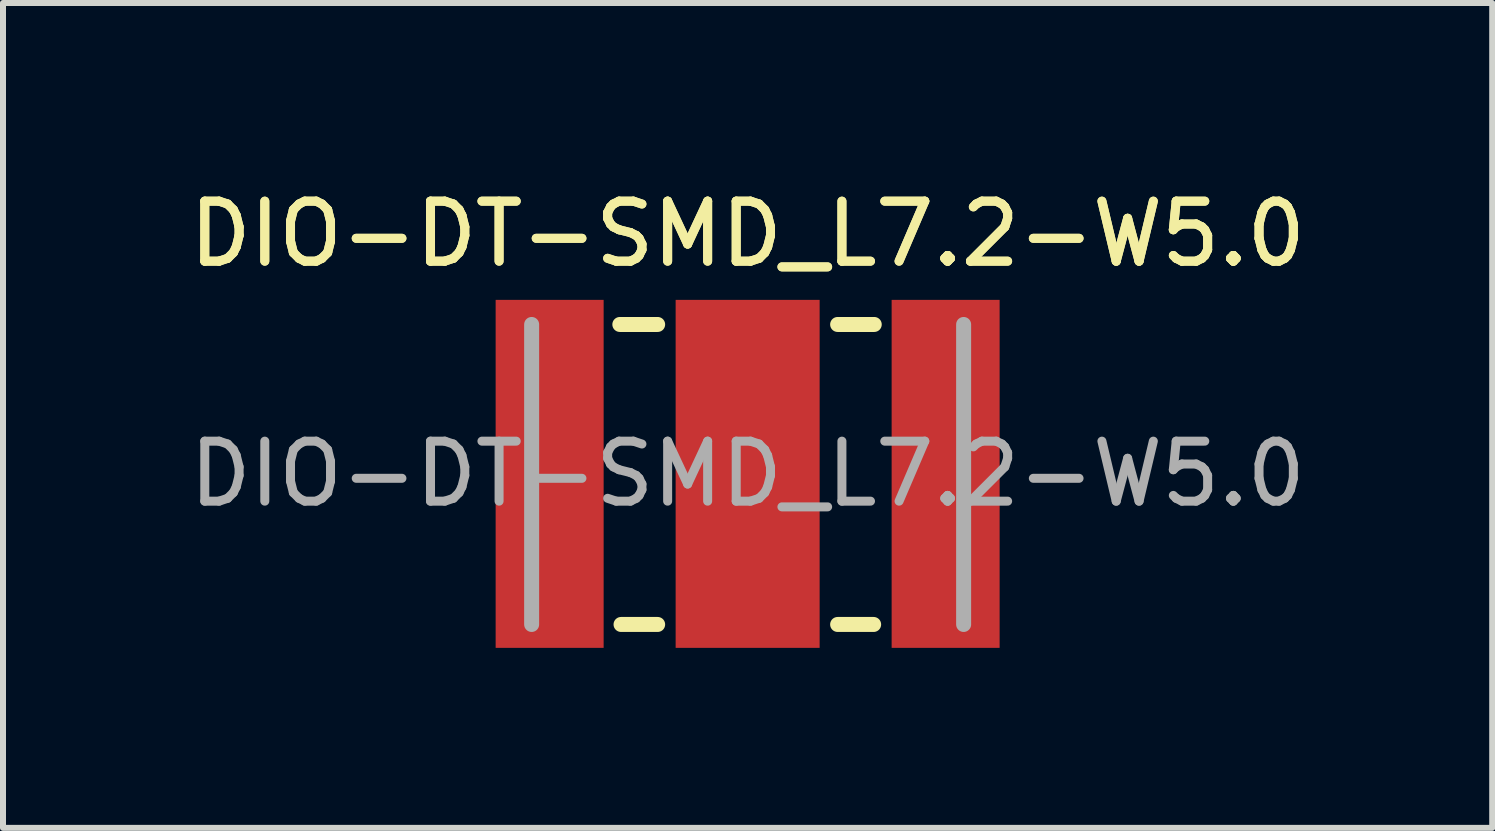
<source format=kicad_pcb>
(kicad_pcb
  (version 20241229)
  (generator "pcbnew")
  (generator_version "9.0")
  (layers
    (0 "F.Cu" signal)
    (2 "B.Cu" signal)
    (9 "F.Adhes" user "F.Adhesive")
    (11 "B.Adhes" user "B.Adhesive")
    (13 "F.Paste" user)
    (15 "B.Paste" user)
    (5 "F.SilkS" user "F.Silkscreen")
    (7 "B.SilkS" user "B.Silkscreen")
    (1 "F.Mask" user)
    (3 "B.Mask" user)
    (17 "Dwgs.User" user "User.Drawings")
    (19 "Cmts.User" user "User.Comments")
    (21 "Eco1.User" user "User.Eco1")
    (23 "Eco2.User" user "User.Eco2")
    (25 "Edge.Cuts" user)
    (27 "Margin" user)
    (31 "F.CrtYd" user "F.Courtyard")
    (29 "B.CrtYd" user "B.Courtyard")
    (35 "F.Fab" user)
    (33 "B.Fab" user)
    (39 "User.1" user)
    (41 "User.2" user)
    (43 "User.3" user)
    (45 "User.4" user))
  (footprint "DIO-DT-SMD_L7.2-W5.0"
    (layer "F.Cu")
    (at 9.411 4.848)
    (property "Reference" "DIO-DT-SMD_L7.2-W5.0" (at 0 -4 0) (layer "F.SilkS") (effects (font (size 1 1) (thickness 0.15))))
    (attr smd)
    (fp_line (start -2.13 -2.49) (end -1.5 -2.49) (stroke (width 0.25) (type solid)) (layer "F.SilkS"))
    (fp_line (start -2.11 2.51) (end -1.5 2.51) (stroke (width 0.25) (type solid)) (layer "F.SilkS"))
    (fp_line (start 1.5 -2.49) (end 2.11 -2.49) (stroke (width 0.25) (type solid)) (layer "F.SilkS"))
    (fp_line (start 1.5 2.51) (end 2.1 2.51) (stroke (width 0.25) (type solid)) (layer "F.SilkS"))
    (fp_line (start -3.6 2.51) (end -3.6 -2.49) (stroke (width 0.25) (type solid)) (layer "F.Fab"))
    (fp_line (start 3.6 -2.49) (end 3.6 2.51) (stroke (width 0.25) (type solid)) (layer "F.Fab"))
    (fp_circle (center -3.6 2.5) (end -3.57 2.5) (stroke (width 0.06) (type solid)) (fill no) (layer "F.Fab"))
    (fp_text user "${REFERENCE}" (at 0 -4 0) (layer "F.SilkS") (effects (font (size 1 1) (thickness 0.15))))
    (fp_text user "${REFERENCE}" (at 0 0 0) (layer "F.Fab") (effects (font (size 1 1) (thickness 0.15))))
    (pad "1" smd rect (at -3.3 0) (size 1.8 5.8) (layers "F.Cu" "F.Mask" "F.Paste"))
    (pad "2" smd rect (at 0 0) (size 2.4 5.8) (layers "F.Cu" "F.Mask" "F.Paste"))
    (pad "3" smd rect (at 3.3 0) (size 1.8 5.8) (layers "F.Cu" "F.Mask" "F.Paste")))
  (gr_rect
    (start -3 -3)
    (end 21.821 10.748)
    (stroke (width 0.1) (type default))
    (fill no)
    (layer "Edge.Cuts")))
</source>
